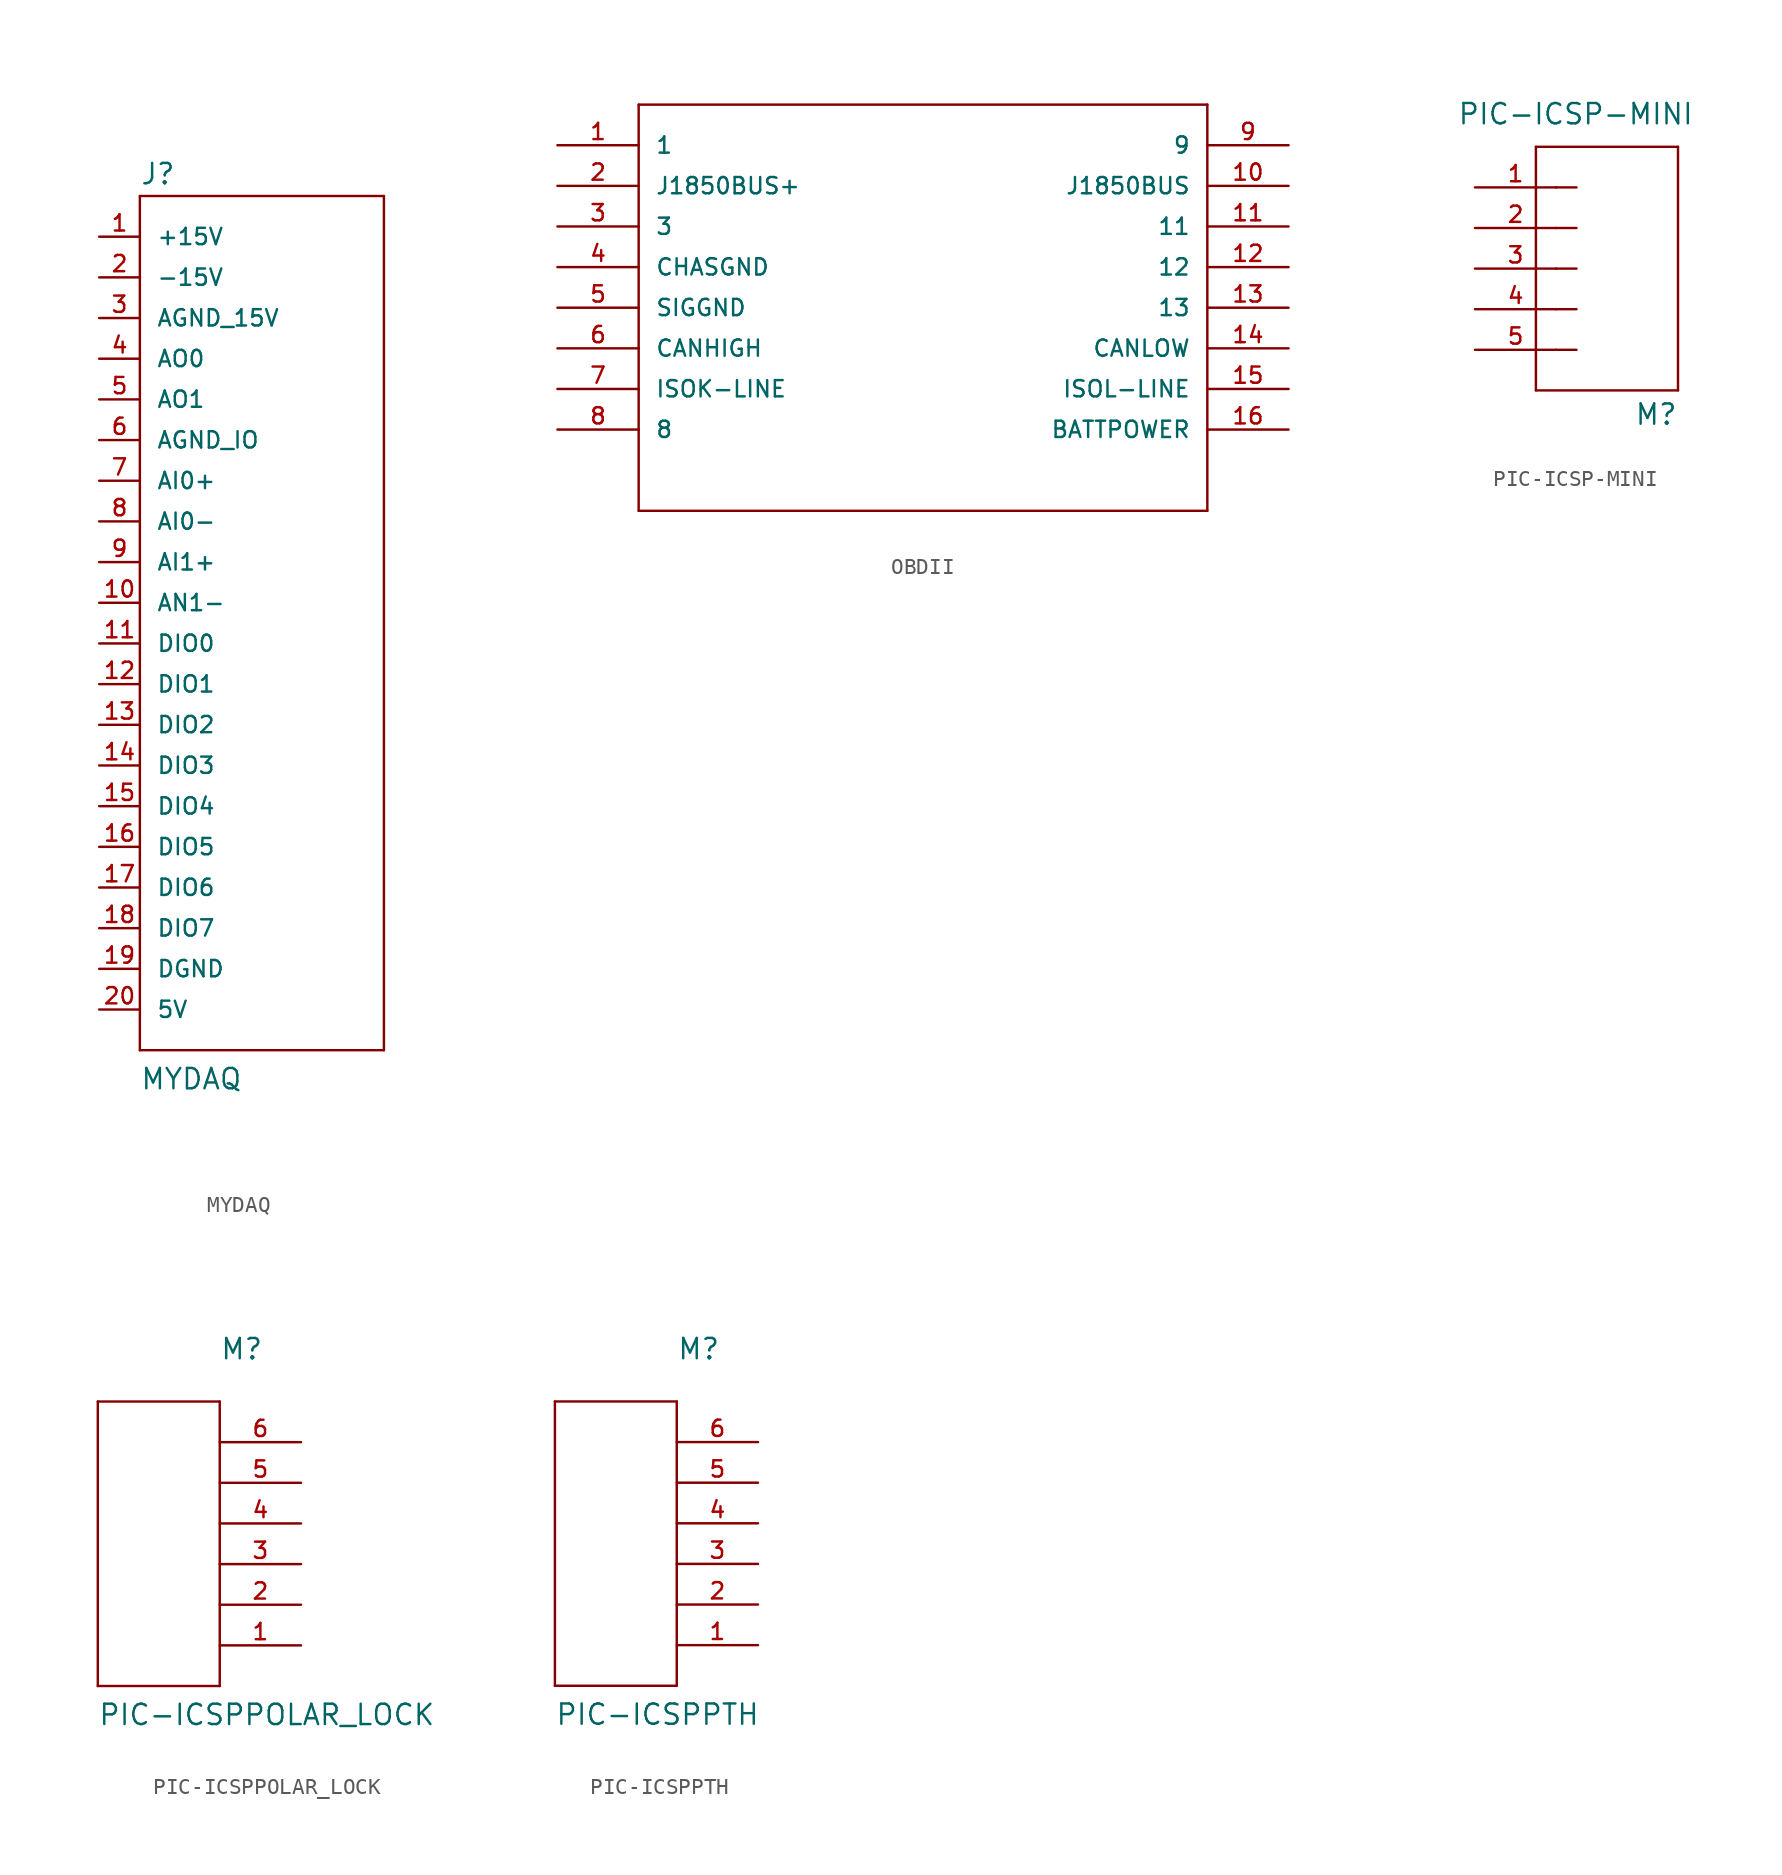
<source format=kicad_sym>
(kicad_symbol_lib
  (version 20211014)
  (generator kicad_symbol_editor)
  (symbol "MYDAQ"
    (pin_names
      (offset 1.016))
    (property "Reference" "J"
      (at -7.62 26.035 0)
      (effects (font (size 1.27 1.27)) (justify left bottom)))
    (property "Value" "MYDAQ"
      (at -7.62 -30.48 0)
      (effects (font (size 1.27 1.27)) (justify left bottom)))
    (property "Datasheet" ""
      (at 0 0 0)
      (effects (font (size 1.524 1.524))))
    (property "ki_locked" ""
      (at 0 0 0)
      (effects (font (size 1.27 1.27))))
    (symbol "MYDAQ_1_0"
      (polyline (pts (xy -7.62 -27.94) (xy 7.62 -27.94)) (stroke (width 0) (type default) (color 0 0 0 0)) (fill (type none)))
      (polyline (pts (xy -7.62 25.4) (xy -7.62 -27.94)) (stroke (width 0) (type default) (color 0 0 0 0)) (fill (type none)))
      (polyline (pts (xy 7.62 -27.94) (xy 7.62 25.4)) (stroke (width 0) (type default) (color 0 0 0 0)) (fill (type none)))
      (polyline (pts (xy 7.62 25.4) (xy -7.62 25.4)) (stroke (width 0) (type default) (color 0 0 0 0)) (fill (type none))))
    (symbol "MYDAQ_1_1"
      (pin power_in line (at -10.16 22.86 0) (length 2.54) (name "+15V" (effects (font (size 1.016 1.016)))) (number "1" (effects (font (size 1.016 1.016)))))
      (pin input line (at -10.16 0 0) (length 2.54) (name "AN1-" (effects (font (size 1.016 1.016)))) (number "10" (effects (font (size 1.016 1.016)))))
      (pin bidirectional line (at -10.16 -2.54 0) (length 2.54) (name "DIO0" (effects (font (size 1.016 1.016)))) (number "11" (effects (font (size 1.016 1.016)))))
      (pin bidirectional line (at -10.16 -5.08 0) (length 2.54) (name "DIO1" (effects (font (size 1.016 1.016)))) (number "12" (effects (font (size 1.016 1.016)))))
      (pin bidirectional line (at -10.16 -7.62 0) (length 2.54) (name "DIO2" (effects (font (size 1.016 1.016)))) (number "13" (effects (font (size 1.016 1.016)))))
      (pin bidirectional line (at -10.16 -10.16 0) (length 2.54) (name "DIO3" (effects (font (size 1.016 1.016)))) (number "14" (effects (font (size 1.016 1.016)))))
      (pin bidirectional line (at -10.16 -12.7 0) (length 2.54) (name "DIO4" (effects (font (size 1.016 1.016)))) (number "15" (effects (font (size 1.016 1.016)))))
      (pin bidirectional line (at -10.16 -15.24 0) (length 2.54) (name "DIO5" (effects (font (size 1.016 1.016)))) (number "16" (effects (font (size 1.016 1.016)))))
      (pin bidirectional line (at -10.16 -17.78 0) (length 2.54) (name "DIO6" (effects (font (size 1.016 1.016)))) (number "17" (effects (font (size 1.016 1.016)))))
      (pin bidirectional line (at -10.16 -20.32 0) (length 2.54) (name "DIO7" (effects (font (size 1.016 1.016)))) (number "18" (effects (font (size 1.016 1.016)))))
      (pin power_in line (at -10.16 -22.86 0) (length 2.54) (name "DGND" (effects (font (size 1.016 1.016)))) (number "19" (effects (font (size 1.016 1.016)))))
      (pin power_in line (at -10.16 20.32 0) (length 2.54) (name "-15V" (effects (font (size 1.016 1.016)))) (number "2" (effects (font (size 1.016 1.016)))))
      (pin power_in line (at -10.16 -25.4 0) (length 2.54) (name "5V" (effects (font (size 1.016 1.016)))) (number "20" (effects (font (size 1.016 1.016)))))
      (pin power_in line (at -10.16 17.78 0) (length 2.54) (name "AGND_15V" (effects (font (size 1.016 1.016)))) (number "3" (effects (font (size 1.016 1.016)))))
      (pin output line (at -10.16 15.24 0) (length 2.54) (name "AO0" (effects (font (size 1.016 1.016)))) (number "4" (effects (font (size 1.016 1.016)))))
      (pin output line (at -10.16 12.7 0) (length 2.54) (name "AO1" (effects (font (size 1.016 1.016)))) (number "5" (effects (font (size 1.016 1.016)))))
      (pin power_in line (at -10.16 10.16 0) (length 2.54) (name "AGND_IO" (effects (font (size 1.016 1.016)))) (number "6" (effects (font (size 1.016 1.016)))))
      (pin input line (at -10.16 7.62 0) (length 2.54) (name "AI0+" (effects (font (size 1.016 1.016)))) (number "7" (effects (font (size 1.016 1.016)))))
      (pin input line (at -10.16 5.08 0) (length 2.54) (name "AI0-" (effects (font (size 1.016 1.016)))) (number "8" (effects (font (size 1.016 1.016)))))
      (pin input line (at -10.16 2.54 0) (length 2.54) (name "AI1+" (effects (font (size 1.016 1.016)))) (number "9" (effects (font (size 1.016 1.016)))))))
  (symbol "OBDII"
    (pin_names
      (offset 1.016))
    (property "Reference" "M"
      (at 0 0 0)
      (effects (font (size 1.27 1.27)) hide))
    (property "Datasheet" ""
      (at 0 0 0)
      (effects (font (size 1.524 1.524))))
    (property "ki_locked" ""
      (at 0 0 0)
      (effects (font (size 1.27 1.27))))
    (symbol "OBDII_1_0"
      (polyline (pts (xy -17.78 -12.7) (xy 17.78 -12.7)) (stroke (width 0) (type default) (color 0 0 0 0)) (fill (type none)))
      (polyline (pts (xy -17.78 12.7) (xy -17.78 -12.7)) (stroke (width 0) (type default) (color 0 0 0 0)) (fill (type none)))
      (polyline (pts (xy 17.78 -12.7) (xy 17.78 12.7)) (stroke (width 0) (type default) (color 0 0 0 0)) (fill (type none)))
      (polyline (pts (xy 17.78 12.7) (xy -17.78 12.7)) (stroke (width 0) (type default) (color 0 0 0 0)) (fill (type none))))
    (symbol "OBDII_1_1"
      (pin bidirectional line (at -22.86 10.16 0) (length 5.08) (name "1" (effects (font (size 1.016 1.016)))) (number "1" (effects (font (size 1.016 1.016)))))
      (pin bidirectional line (at 22.86 7.62 180) (length 5.08) (name "J1850BUS" (effects (font (size 1.016 1.016)))) (number "10" (effects (font (size 1.016 1.016)))))
      (pin bidirectional line (at 22.86 5.08 180) (length 5.08) (name "11" (effects (font (size 1.016 1.016)))) (number "11" (effects (font (size 1.016 1.016)))))
      (pin bidirectional line (at 22.86 2.54 180) (length 5.08) (name "12" (effects (font (size 1.016 1.016)))) (number "12" (effects (font (size 1.016 1.016)))))
      (pin bidirectional line (at 22.86 0 180) (length 5.08) (name "13" (effects (font (size 1.016 1.016)))) (number "13" (effects (font (size 1.016 1.016)))))
      (pin bidirectional line (at 22.86 -2.54 180) (length 5.08) (name "CANLOW" (effects (font (size 1.016 1.016)))) (number "14" (effects (font (size 1.016 1.016)))))
      (pin bidirectional line (at 22.86 -5.08 180) (length 5.08) (name "ISOL-LINE" (effects (font (size 1.016 1.016)))) (number "15" (effects (font (size 1.016 1.016)))))
      (pin bidirectional line (at 22.86 -7.62 180) (length 5.08) (name "BATTPOWER" (effects (font (size 1.016 1.016)))) (number "16" (effects (font (size 1.016 1.016)))))
      (pin bidirectional line (at -22.86 7.62 0) (length 5.08) (name "J1850BUS+" (effects (font (size 1.016 1.016)))) (number "2" (effects (font (size 1.016 1.016)))))
      (pin bidirectional line (at -22.86 5.08 0) (length 5.08) (name "3" (effects (font (size 1.016 1.016)))) (number "3" (effects (font (size 1.016 1.016)))))
      (pin bidirectional line (at -22.86 2.54 0) (length 5.08) (name "CHASGND" (effects (font (size 1.016 1.016)))) (number "4" (effects (font (size 1.016 1.016)))))
      (pin bidirectional line (at -22.86 0 0) (length 5.08) (name "SIGGND" (effects (font (size 1.016 1.016)))) (number "5" (effects (font (size 1.016 1.016)))))
      (pin bidirectional line (at -22.86 -2.54 0) (length 5.08) (name "CANHIGH" (effects (font (size 1.016 1.016)))) (number "6" (effects (font (size 1.016 1.016)))))
      (pin bidirectional line (at -22.86 -5.08 0) (length 5.08) (name "ISOK-LINE" (effects (font (size 1.016 1.016)))) (number "7" (effects (font (size 1.016 1.016)))))
      (pin bidirectional line (at -22.86 -7.62 0) (length 5.08) (name "8" (effects (font (size 1.016 1.016)))) (number "8" (effects (font (size 1.016 1.016)))))
      (pin bidirectional line (at 22.86 10.16 180) (length 5.08) (name "9" (effects (font (size 1.016 1.016)))) (number "9" (effects (font (size 1.016 1.016)))))))
  (symbol "PIC-ICSP-MINI"
    (pin_names
      (offset 1.016) hide)
    (property "Reference" "M"
      (at 5.08 -8.382 0)
      (effects (font (size 1.27 1.27)) (justify right top)))
    (property "Value" "PIC-ICSP-MINI"
      (at 6.096 10.414 0)
      (effects (font (size 1.27 1.27)) (justify right top)))
    (property "Datasheet" ""
      (at 0 0 0)
      (effects (font (size 1.524 1.524))))
    (property "ki_locked" ""
      (at 0 0 0)
      (effects (font (size 1.27 1.27))))
    (symbol "PIC-ICSP-MINI_1_0"
      (polyline (pts (xy -3.81 7.62) (xy -3.81 -7.62)) (stroke (width 0) (type default) (color 0 0 0 0)) (fill (type none)))
      (polyline (pts (xy -3.81 7.62) (xy 5.08 7.62)) (stroke (width 0) (type default) (color 0 0 0 0)) (fill (type none)))
      (polyline (pts (xy -1.27 -5.08) (xy -2.54 -5.08)) (stroke (width 0) (type default) (color 0 0 0 0)) (fill (type none)))
      (polyline (pts (xy -1.27 -2.54) (xy -2.54 -2.54)) (stroke (width 0) (type default) (color 0 0 0 0)) (fill (type none)))
      (polyline (pts (xy -1.27 0) (xy -2.54 0)) (stroke (width 0) (type default) (color 0 0 0 0)) (fill (type none)))
      (polyline (pts (xy -1.27 2.54) (xy -2.54 2.54)) (stroke (width 0) (type default) (color 0 0 0 0)) (fill (type none)))
      (polyline (pts (xy -1.27 5.08) (xy -2.54 5.08)) (stroke (width 0) (type default) (color 0 0 0 0)) (fill (type none)))
      (polyline (pts (xy 5.08 -7.62) (xy -3.81 -7.62)) (stroke (width 0) (type default) (color 0 0 0 0)) (fill (type none)))
      (polyline (pts (xy 5.08 -7.62) (xy 5.08 7.62)) (stroke (width 0) (type default) (color 0 0 0 0)) (fill (type none))))
    (symbol "PIC-ICSP-MINI_1_1"
      (pin passive line (at -7.62 5.08 0) (length 5.08) (name "VPP" (effects (font (size 1.016 1.016)))) (number "1" (effects (font (size 1.016 1.016)))))
      (pin passive line (at -7.62 2.54 0) (length 5.08) (name "VCC" (effects (font (size 1.016 1.016)))) (number "2" (effects (font (size 1.016 1.016)))))
      (pin passive line (at -7.62 0 0) (length 5.08) (name "GND" (effects (font (size 1.016 1.016)))) (number "3" (effects (font (size 1.016 1.016)))))
      (pin passive line (at -7.62 -2.54 0) (length 5.08) (name "PGD" (effects (font (size 1.016 1.016)))) (number "4" (effects (font (size 1.016 1.016)))))
      (pin passive line (at -7.62 -5.08 0) (length 5.08) (name "PGC" (effects (font (size 1.016 1.016)))) (number "5" (effects (font (size 1.016 1.016)))))))
  (symbol "PIC-ICSPPOLAR_LOCK"
    (pin_names
      (offset 1.016) hide)
    (property "Reference" "M"
      (at 2.54 10.16 0)
      (effects (font (size 1.27 1.27)) (justify left bottom)))
    (property "Value" "PIC-ICSPPOLAR_LOCK"
      (at -5.08 -12.7 0)
      (effects (font (size 1.27 1.27)) (justify left bottom)))
    (property "Datasheet" ""
      (at 0 0 0)
      (effects (font (size 1.524 1.524))))
    (property "ki_locked" ""
      (at 0 0 0)
      (effects (font (size 1.27 1.27))))
    (symbol "PIC-ICSPPOLAR_LOCK_1_0"
      (polyline (pts (xy -5.08 -10.16) (xy 2.54 -10.16)) (stroke (width 0) (type default) (color 0 0 0 0)) (fill (type none)))
      (polyline (pts (xy -5.08 7.62) (xy -5.08 -10.16)) (stroke (width 0) (type default) (color 0 0 0 0)) (fill (type none)))
      (polyline (pts (xy 2.54 -10.16) (xy 2.54 7.62)) (stroke (width 0) (type default) (color 0 0 0 0)) (fill (type none)))
      (polyline (pts (xy 2.54 7.62) (xy -5.08 7.62)) (stroke (width 0) (type default) (color 0 0 0 0)) (fill (type none))))
    (symbol "PIC-ICSPPOLAR_LOCK_1_1"
      (pin bidirectional line (at 7.62 -7.62 180) (length 5.08) (name "PGM" (effects (font (size 1.016 1.016)))) (number "1" (effects (font (size 1.016 1.016)))))
      (pin bidirectional line (at 7.62 -5.08 180) (length 5.08) (name "PGC" (effects (font (size 1.016 1.016)))) (number "2" (effects (font (size 1.016 1.016)))))
      (pin bidirectional line (at 7.62 -2.54 180) (length 5.08) (name "PGD" (effects (font (size 1.016 1.016)))) (number "3" (effects (font (size 1.016 1.016)))))
      (pin bidirectional line (at 7.62 0 180) (length 5.08) (name "GND" (effects (font (size 1.016 1.016)))) (number "4" (effects (font (size 1.016 1.016)))))
      (pin bidirectional line (at 7.62 2.54 180) (length 5.08) (name "VCC" (effects (font (size 1.016 1.016)))) (number "5" (effects (font (size 1.016 1.016)))))
      (pin bidirectional line (at 7.62 5.08 180) (length 5.08) (name "VPP" (effects (font (size 1.016 1.016)))) (number "6" (effects (font (size 1.016 1.016)))))))
  (symbol "PIC-ICSPPTH"
    (pin_names
      (offset 1.016) hide)
    (property "Reference" "M"
      (at 2.54 10.16 0)
      (effects (font (size 1.27 1.27)) (justify left bottom)))
    (property "Value" "PIC-ICSPPTH"
      (at -5.08 -12.7 0)
      (effects (font (size 1.27 1.27)) (justify left bottom)))
    (property "Datasheet" ""
      (at 0 0 0)
      (effects (font (size 1.524 1.524))))
    (property "ki_locked" ""
      (at 0 0 0)
      (effects (font (size 1.27 1.27))))
    (symbol "PIC-ICSPPTH_1_0"
      (polyline (pts (xy -5.08 -10.16) (xy 2.54 -10.16)) (stroke (width 0) (type default) (color 0 0 0 0)) (fill (type none)))
      (polyline (pts (xy -5.08 7.62) (xy -5.08 -10.16)) (stroke (width 0) (type default) (color 0 0 0 0)) (fill (type none)))
      (polyline (pts (xy 2.54 -10.16) (xy 2.54 7.62)) (stroke (width 0) (type default) (color 0 0 0 0)) (fill (type none)))
      (polyline (pts (xy 2.54 7.62) (xy -5.08 7.62)) (stroke (width 0) (type default) (color 0 0 0 0)) (fill (type none))))
    (symbol "PIC-ICSPPTH_1_1"
      (pin bidirectional line (at 7.62 -7.62 180) (length 5.08) (name "PGM" (effects (font (size 1.016 1.016)))) (number "1" (effects (font (size 1.016 1.016)))))
      (pin bidirectional line (at 7.62 -5.08 180) (length 5.08) (name "PGC" (effects (font (size 1.016 1.016)))) (number "2" (effects (font (size 1.016 1.016)))))
      (pin bidirectional line (at 7.62 -2.54 180) (length 5.08) (name "PGD" (effects (font (size 1.016 1.016)))) (number "3" (effects (font (size 1.016 1.016)))))
      (pin bidirectional line (at 7.62 0 180) (length 5.08) (name "GND" (effects (font (size 1.016 1.016)))) (number "4" (effects (font (size 1.016 1.016)))))
      (pin bidirectional line (at 7.62 2.54 180) (length 5.08) (name "VCC" (effects (font (size 1.016 1.016)))) (number "5" (effects (font (size 1.016 1.016)))))
      (pin bidirectional line (at 7.62 5.08 180) (length 5.08) (name "VPP" (effects (font (size 1.016 1.016)))) (number "6" (effects (font (size 1.016 1.016))))))))
</source>
